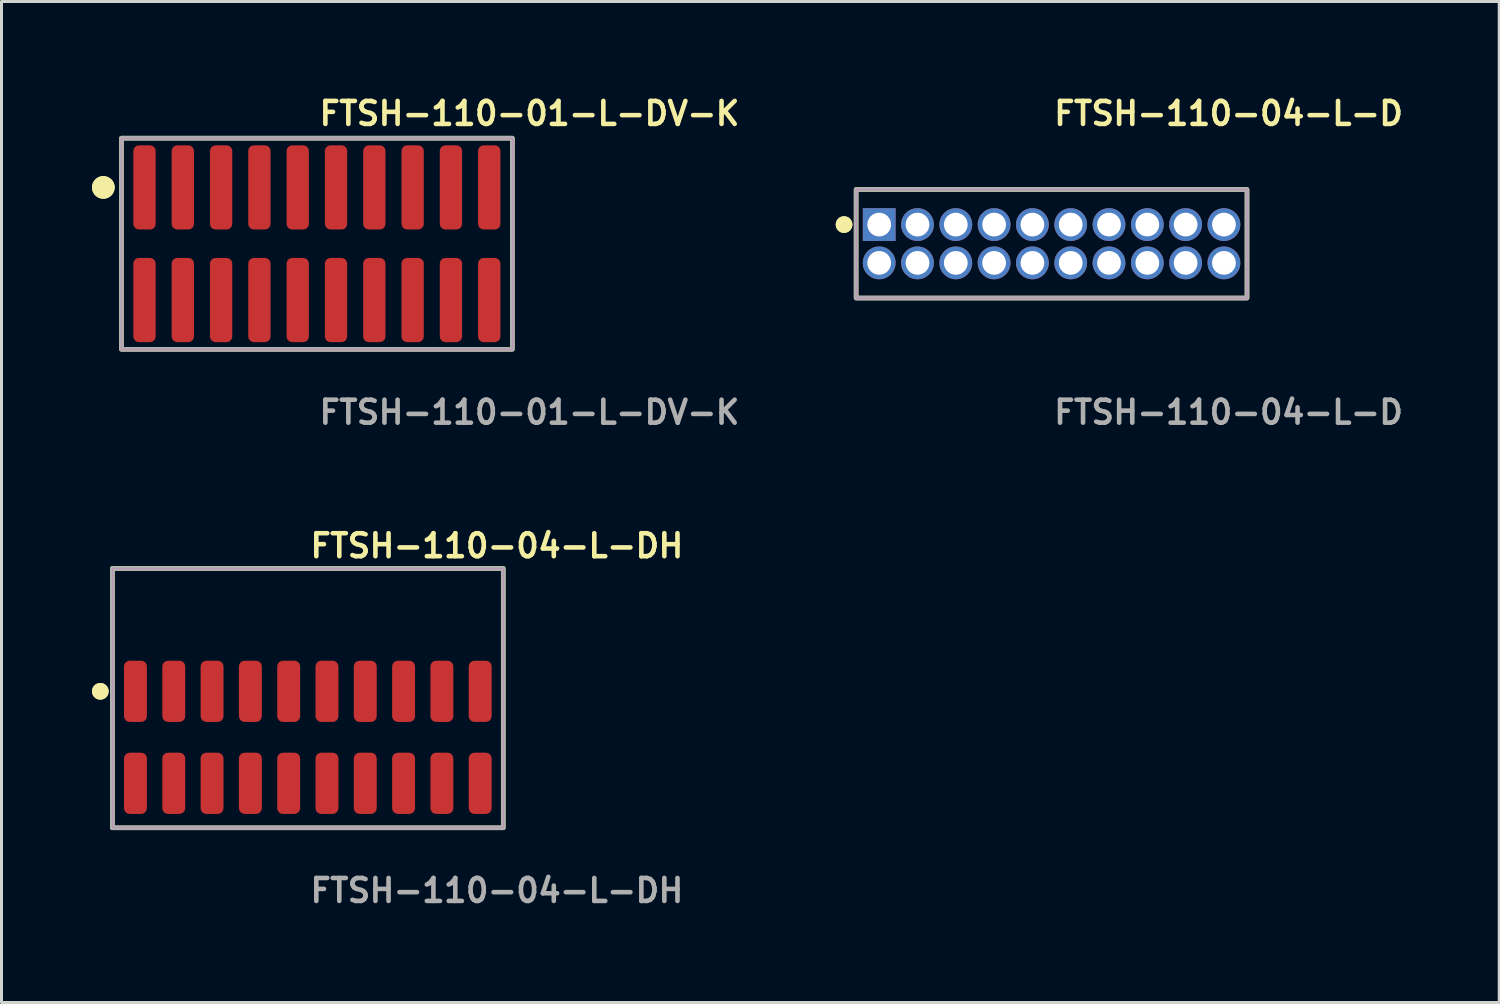
<source format=kicad_pcb>
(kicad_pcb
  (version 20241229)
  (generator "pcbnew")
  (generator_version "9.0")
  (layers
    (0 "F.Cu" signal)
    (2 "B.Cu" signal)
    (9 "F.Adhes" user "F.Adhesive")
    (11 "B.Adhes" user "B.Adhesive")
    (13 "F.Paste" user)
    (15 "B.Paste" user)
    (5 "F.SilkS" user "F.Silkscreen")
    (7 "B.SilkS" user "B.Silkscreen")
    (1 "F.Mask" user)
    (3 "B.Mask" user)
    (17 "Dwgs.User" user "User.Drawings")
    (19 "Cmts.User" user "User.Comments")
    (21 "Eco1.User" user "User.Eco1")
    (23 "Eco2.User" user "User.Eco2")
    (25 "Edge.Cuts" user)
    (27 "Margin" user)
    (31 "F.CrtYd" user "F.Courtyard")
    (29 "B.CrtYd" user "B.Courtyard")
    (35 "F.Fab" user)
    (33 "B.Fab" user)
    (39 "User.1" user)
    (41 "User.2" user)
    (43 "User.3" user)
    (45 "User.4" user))
  (footprint "FTSH-110-04-L-DH"
    (layer "F.Cu")
    (at 7.156 21.396)
    (property "Reference" "FTSH-110-04-L-DH" (at 0 -6.35 0) (unlocked yes) (layer "F.SilkS") (effects (font (size 0.762 0.762) (thickness 0.152)) (justify left)))
    (fp_rect (start -6.48 3) (end 6.48 -5.6) (stroke (width 0.152) (type solid)) (fill no) (layer "F.SilkS"))
    (fp_circle (center -6.88 -1.525) (end -7.08 -1.525) (stroke (width 0.152) (type solid)) (fill yes) (layer "F.SilkS"))
    (fp_circle (center -6.88 -1.525) (end -7.08 -1.525) (stroke (width 0.152) (type solid)) (fill yes) (layer "F.SilkS"))
    (fp_rect (start -6.48 3) (end 6.48 -5.6) (stroke (width 0.006) (type solid)) (fill no) (layer "F.CrtYd"))
    (fp_rect (start -6.48 3) (end 6.48 -5.6) (stroke (width 0.152) (type solid)) (fill no) (layer "F.Fab"))
    (fp_text user "${REFERENCE}" (at 0 5.08 0) (unlocked yes) (layer "F.Fab") (effects (font (size 0.762 0.762) (thickness 0.152)) (justify left)))
    (pad "1" smd roundrect (at -5.715 -1.525) (size 0.76 2.03) (layers "F.Cu" "F.Paste") (roundrect_rratio 0.25))
    (pad "2" smd roundrect (at -5.715 1.525) (size 0.76 2.03) (layers "F.Cu" "F.Paste") (roundrect_rratio 0.25))
    (pad "3" smd roundrect (at -4.445 -1.525) (size 0.76 2.03) (layers "F.Cu" "F.Paste") (roundrect_rratio 0.25))
    (pad "4" smd roundrect (at -4.445 1.525) (size 0.76 2.03) (layers "F.Cu" "F.Paste") (roundrect_rratio 0.25))
    (pad "5" smd roundrect (at -3.175 -1.525) (size 0.76 2.03) (layers "F.Cu" "F.Paste") (roundrect_rratio 0.25))
    (pad "6" smd roundrect (at -3.175 1.525) (size 0.76 2.03) (layers "F.Cu" "F.Paste") (roundrect_rratio 0.25))
    (pad "7" smd roundrect (at -1.905 -1.525) (size 0.76 2.03) (layers "F.Cu" "F.Paste") (roundrect_rratio 0.25))
    (pad "8" smd roundrect (at -1.905 1.525) (size 0.76 2.03) (layers "F.Cu" "F.Paste") (roundrect_rratio 0.25))
    (pad "9" smd roundrect (at -0.635 -1.525) (size 0.76 2.03) (layers "F.Cu" "F.Paste") (roundrect_rratio 0.25))
    (pad "10" smd roundrect (at -0.635 1.525) (size 0.76 2.03) (layers "F.Cu" "F.Paste") (roundrect_rratio 0.25))
    (pad "11" smd roundrect (at 0.635 -1.525) (size 0.76 2.03) (layers "F.Cu" "F.Paste") (roundrect_rratio 0.25))
    (pad "12" smd roundrect (at 0.635 1.525) (size 0.76 2.03) (layers "F.Cu" "F.Paste") (roundrect_rratio 0.25))
    (pad "13" smd roundrect (at 1.905 -1.525) (size 0.76 2.03) (layers "F.Cu" "F.Paste") (roundrect_rratio 0.25))
    (pad "14" smd roundrect (at 1.905 1.525) (size 0.76 2.03) (layers "F.Cu" "F.Paste") (roundrect_rratio 0.25))
    (pad "15" smd roundrect (at 3.175 -1.525) (size 0.76 2.03) (layers "F.Cu" "F.Paste") (roundrect_rratio 0.25))
    (pad "16" smd roundrect (at 3.175 1.525) (size 0.76 2.03) (layers "F.Cu" "F.Paste") (roundrect_rratio 0.25))
    (pad "17" smd roundrect (at 4.445 -1.525) (size 0.76 2.03) (layers "F.Cu" "F.Paste") (roundrect_rratio 0.25))
    (pad "18" smd roundrect (at 4.445 1.525) (size 0.76 2.03) (layers "F.Cu" "F.Paste") (roundrect_rratio 0.25))
    (pad "19" smd roundrect (at 5.715 -1.525) (size 0.76 2.03) (layers "F.Cu" "F.Paste") (roundrect_rratio 0.25))
    (pad "20" smd roundrect (at 5.715 1.525) (size 0.76 2.03) (layers "F.Cu" "F.Paste") (roundrect_rratio 0.25)))
  (footprint "FTSH-110-01-L-DV-K"
    (layer "F.Cu")
    (at 7.456 5.031)
    (property "Reference" "FTSH-110-01-L-DV-K" (at 0 -4.318 0) (unlocked yes) (layer "F.SilkS") (effects (font (size 0.762 0.762) (thickness 0.152)) (justify left)))
    (fp_rect (start -6.48 3.5) (end 6.48 -3.5) (stroke (width 0.152) (type solid)) (fill no) (layer "F.SilkS"))
    (fp_circle (center -7.08 -1.867) (end -7.38 -1.867) (stroke (width 0.152) (type solid)) (fill yes) (layer "F.SilkS"))
    (fp_circle (center -7.08 -1.867) (end -7.38 -1.867) (stroke (width 0.152) (type solid)) (fill yes) (layer "F.SilkS"))
    (fp_rect (start -6.48 3.5) (end 6.48 -3.5) (stroke (width 0.006) (type solid)) (fill no) (layer "F.CrtYd"))
    (fp_rect (start -6.48 3.5) (end 6.48 -3.5) (stroke (width 0.152) (type solid)) (fill no) (layer "F.Fab"))
    (fp_text user "${REFERENCE}" (at 0 5.588 0) (unlocked yes) (layer "F.Fab") (effects (font (size 0.762 0.762) (thickness 0.152)) (justify left)))
    (pad "1" smd roundrect (at -5.715 -1.867) (size 0.74 2.79) (layers "F.Cu" "F.Paste") (roundrect_rratio 0.25))
    (pad "2" smd roundrect (at -5.715 1.867) (size 0.74 2.79) (layers "F.Cu" "F.Paste") (roundrect_rratio 0.25))
    (pad "3" smd roundrect (at -4.445 -1.867) (size 0.74 2.79) (layers "F.Cu" "F.Paste") (roundrect_rratio 0.25))
    (pad "4" smd roundrect (at -4.445 1.867) (size 0.74 2.79) (layers "F.Cu" "F.Paste") (roundrect_rratio 0.25))
    (pad "5" smd roundrect (at -3.175 -1.867) (size 0.74 2.79) (layers "F.Cu" "F.Paste") (roundrect_rratio 0.25))
    (pad "6" smd roundrect (at -3.175 1.867) (size 0.74 2.79) (layers "F.Cu" "F.Paste") (roundrect_rratio 0.25))
    (pad "7" smd roundrect (at -1.905 -1.867) (size 0.74 2.79) (layers "F.Cu" "F.Paste") (roundrect_rratio 0.25))
    (pad "8" smd roundrect (at -1.905 1.867) (size 0.74 2.79) (layers "F.Cu" "F.Paste") (roundrect_rratio 0.25))
    (pad "9" smd roundrect (at -0.635 -1.867) (size 0.74 2.79) (layers "F.Cu" "F.Paste") (roundrect_rratio 0.25))
    (pad "10" smd roundrect (at -0.635 1.867) (size 0.74 2.79) (layers "F.Cu" "F.Paste") (roundrect_rratio 0.25))
    (pad "11" smd roundrect (at 0.635 -1.867) (size 0.74 2.79) (layers "F.Cu" "F.Paste") (roundrect_rratio 0.25))
    (pad "12" smd roundrect (at 0.635 1.867) (size 0.74 2.79) (layers "F.Cu" "F.Paste") (roundrect_rratio 0.25))
    (pad "13" smd roundrect (at 1.905 -1.867) (size 0.74 2.79) (layers "F.Cu" "F.Paste") (roundrect_rratio 0.25))
    (pad "14" smd roundrect (at 1.905 1.867) (size 0.74 2.79) (layers "F.Cu" "F.Paste") (roundrect_rratio 0.25))
    (pad "15" smd roundrect (at 3.175 -1.867) (size 0.74 2.79) (layers "F.Cu" "F.Paste") (roundrect_rratio 0.25))
    (pad "16" smd roundrect (at 3.175 1.867) (size 0.74 2.79) (layers "F.Cu" "F.Paste") (roundrect_rratio 0.25))
    (pad "17" smd roundrect (at 4.445 -1.867) (size 0.74 2.79) (layers "F.Cu" "F.Paste") (roundrect_rratio 0.25))
    (pad "18" smd roundrect (at 4.445 1.867) (size 0.74 2.79) (layers "F.Cu" "F.Paste") (roundrect_rratio 0.25))
    (pad "19" smd roundrect (at 5.715 -1.867) (size 0.74 2.79) (layers "F.Cu" "F.Paste") (roundrect_rratio 0.25))
    (pad "20" smd roundrect (at 5.715 1.867) (size 0.74 2.79) (layers "F.Cu" "F.Paste") (roundrect_rratio 0.25)))
  (footprint "FTSH-110-04-L-D"
    (layer "F.Cu")
    (at 31.815 5.031)
    (property "Reference" "FTSH-110-04-L-D" (at 0 -4.318 0) (unlocked yes) (layer "F.SilkS") (effects (font (size 0.762 0.762) (thickness 0.152)) (justify left)))
    (fp_rect (start -6.48 1.8) (end 6.48 -1.8) (stroke (width 0.152) (type solid)) (fill no) (layer "F.SilkS"))
    (fp_circle (center -6.88 -0.635) (end -7.08 -0.635) (stroke (width 0.152) (type solid)) (fill yes) (layer "F.SilkS"))
    (fp_circle (center -6.88 -0.635) (end -7.08 -0.635) (stroke (width 0.152) (type solid)) (fill yes) (layer "F.SilkS"))
    (fp_rect (start -6.48 1.8) (end 6.48 -1.8) (stroke (width 0.006) (type solid)) (fill no) (layer "F.CrtYd"))
    (fp_rect (start -6.48 1.8) (end 6.48 -1.8) (stroke (width 0.152) (type solid)) (fill no) (layer "F.Fab"))
    (fp_text user "${REFERENCE}" (at 0 5.588 0) (unlocked yes) (layer "F.Fab") (effects (font (size 0.762 0.762) (thickness 0.152)) (justify left)))
    (pad "1" thru_hole rect (at -5.715 -0.635) (size 1.087 1.087) (drill 0.787) (layers "*.Cu" "*.Mask"))
    (pad "2" thru_hole circle (at -5.715 0.635) (size 1.087 1.087) (drill 0.787) (layers "*.Cu" "*.Mask"))
    (pad "3" thru_hole circle (at -4.445 -0.635) (size 1.087 1.087) (drill 0.787) (layers "*.Cu" "*.Mask"))
    (pad "4" thru_hole circle (at -4.445 0.635) (size 1.087 1.087) (drill 0.787) (layers "*.Cu" "*.Mask"))
    (pad "5" thru_hole circle (at -3.175 -0.635) (size 1.087 1.087) (drill 0.787) (layers "*.Cu" "*.Mask"))
    (pad "6" thru_hole circle (at -3.175 0.635) (size 1.087 1.087) (drill 0.787) (layers "*.Cu" "*.Mask"))
    (pad "7" thru_hole circle (at -1.905 -0.635) (size 1.087 1.087) (drill 0.787) (layers "*.Cu" "*.Mask"))
    (pad "8" thru_hole circle (at -1.905 0.635) (size 1.087 1.087) (drill 0.787) (layers "*.Cu" "*.Mask"))
    (pad "9" thru_hole circle (at -0.635 -0.635) (size 1.087 1.087) (drill 0.787) (layers "*.Cu" "*.Mask"))
    (pad "10" thru_hole circle (at -0.635 0.635) (size 1.087 1.087) (drill 0.787) (layers "*.Cu" "*.Mask"))
    (pad "11" thru_hole circle (at 0.635 -0.635) (size 1.087 1.087) (drill 0.787) (layers "*.Cu" "*.Mask"))
    (pad "12" thru_hole circle (at 0.635 0.635) (size 1.087 1.087) (drill 0.787) (layers "*.Cu" "*.Mask"))
    (pad "13" thru_hole circle (at 1.905 -0.635) (size 1.087 1.087) (drill 0.787) (layers "*.Cu" "*.Mask"))
    (pad "14" thru_hole circle (at 1.905 0.635) (size 1.087 1.087) (drill 0.787) (layers "*.Cu" "*.Mask"))
    (pad "15" thru_hole circle (at 3.175 -0.635) (size 1.087 1.087) (drill 0.787) (layers "*.Cu" "*.Mask"))
    (pad "16" thru_hole circle (at 3.175 0.635) (size 1.087 1.087) (drill 0.787) (layers "*.Cu" "*.Mask"))
    (pad "17" thru_hole circle (at 4.445 -0.635) (size 1.087 1.087) (drill 0.787) (layers "*.Cu" "*.Mask"))
    (pad "18" thru_hole circle (at 4.445 0.635) (size 1.087 1.087) (drill 0.787) (layers "*.Cu" "*.Mask"))
    (pad "19" thru_hole circle (at 5.715 -0.635) (size 1.087 1.087) (drill 0.787) (layers "*.Cu" "*.Mask"))
    (pad "20" thru_hole circle (at 5.715 0.635) (size 1.087 1.087) (drill 0.787) (layers "*.Cu" "*.Mask")))
  (gr_rect
    (start -3 -3)
    (end 46.658 30.189)
    (stroke (width 0.1) (type default))
    (fill no)
    (layer "Edge.Cuts")))
</source>
